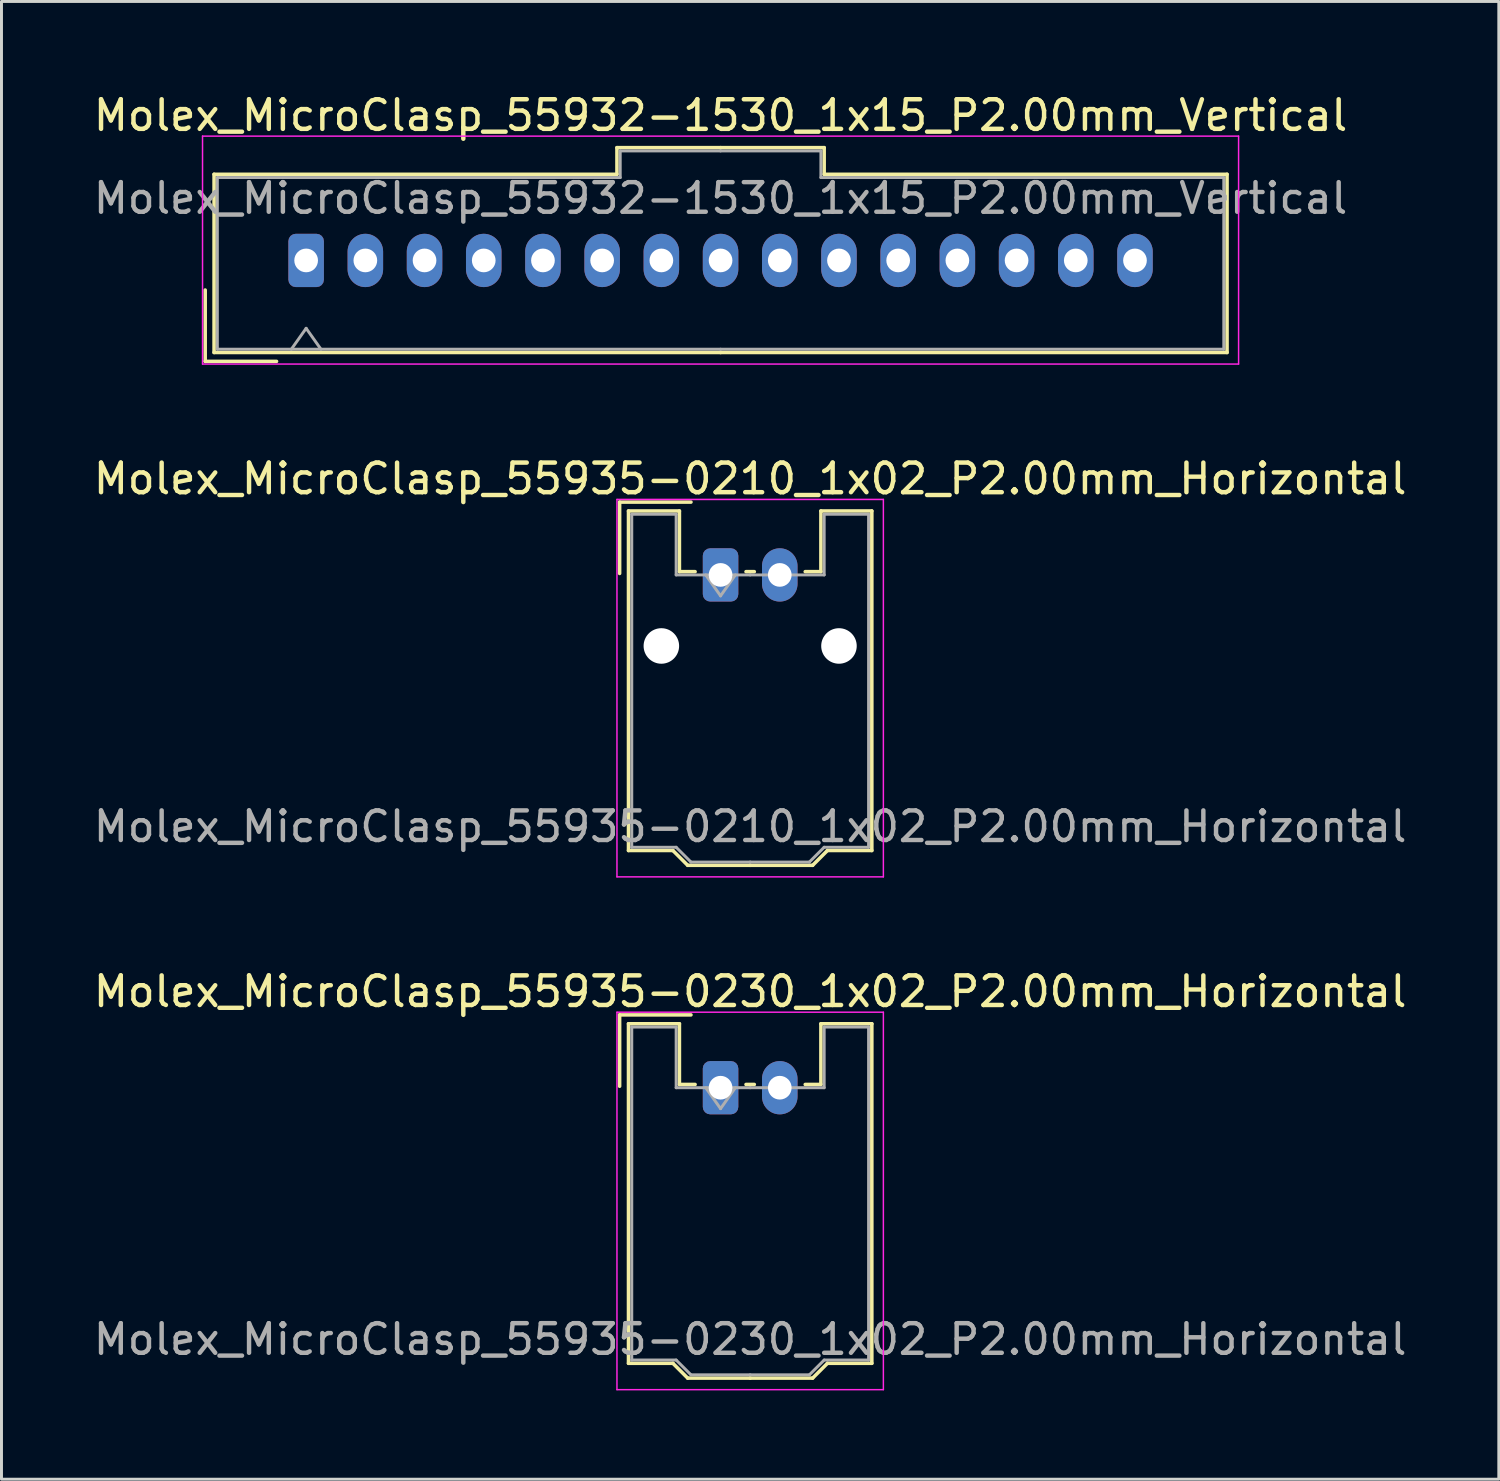
<source format=kicad_pcb>
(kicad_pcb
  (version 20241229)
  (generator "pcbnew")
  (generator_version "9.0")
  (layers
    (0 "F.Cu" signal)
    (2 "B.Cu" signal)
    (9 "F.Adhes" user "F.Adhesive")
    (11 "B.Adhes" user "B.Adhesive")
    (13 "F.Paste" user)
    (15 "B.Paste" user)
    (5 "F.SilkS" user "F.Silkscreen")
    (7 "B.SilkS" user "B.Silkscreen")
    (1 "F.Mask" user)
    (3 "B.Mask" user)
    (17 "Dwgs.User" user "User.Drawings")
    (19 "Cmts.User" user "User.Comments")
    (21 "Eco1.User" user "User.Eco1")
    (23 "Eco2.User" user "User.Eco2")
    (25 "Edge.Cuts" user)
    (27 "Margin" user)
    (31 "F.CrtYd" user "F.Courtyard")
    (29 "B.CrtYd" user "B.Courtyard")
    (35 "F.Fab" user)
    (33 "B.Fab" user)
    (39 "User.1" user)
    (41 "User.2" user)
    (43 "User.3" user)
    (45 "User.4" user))
  (footprint "Molex_MicroClasp_55935-0210_1x02_P2.00mm_Horizontal"
    (layer "F.Cu")
    (at 21.292 16.372)
    (property "Reference" "Molex_MicroClasp_55935-0210_1x02_P2.00mm_Horizontal" (at 1 -3.25 0) (layer "F.SilkS") (effects (font (size 1 1) (thickness 0.15))))
    (attr through_hole)
    (fp_line (start -3.41 -2.46) (end -1 -2.46) (stroke (width 0.12) (type solid)) (layer "F.SilkS"))
    (fp_line (start -3.41 -0.05) (end -3.41 -2.46) (stroke (width 0.12) (type solid)) (layer "F.SilkS"))
    (fp_line (start -3.11 -2.16) (end -1.39 -2.16) (stroke (width 0.12) (type solid)) (layer "F.SilkS"))
    (fp_line (start -3.11 9.31) (end -3.11 -2.16) (stroke (width 0.12) (type solid)) (layer "F.SilkS"))
    (fp_line (start -1.61 9.31) (end -3.11 9.31) (stroke (width 0.12) (type solid)) (layer "F.SilkS"))
    (fp_line (start -1.39 -2.16) (end -1.39 -0.11) (stroke (width 0.12) (type solid)) (layer "F.SilkS"))
    (fp_line (start -1.39 -0.11) (end -0.86 -0.11) (stroke (width 0.12) (type solid)) (layer "F.SilkS"))
    (fp_line (start -1.11 9.81) (end -1.61 9.31) (stroke (width 0.12) (type solid)) (layer "F.SilkS"))
    (fp_line (start 0.86 -0.11) (end 1.14 -0.11) (stroke (width 0.12) (type solid)) (layer "F.SilkS"))
    (fp_line (start 1 9.81) (end -1.11 9.81) (stroke (width 0.12) (type solid)) (layer "F.SilkS"))
    (fp_line (start 1 9.81) (end 3.11 9.81) (stroke (width 0.12) (type solid)) (layer "F.SilkS"))
    (fp_line (start 3.11 9.81) (end 3.61 9.31) (stroke (width 0.12) (type solid)) (layer "F.SilkS"))
    (fp_line (start 3.39 -2.16) (end 3.39 -0.11) (stroke (width 0.12) (type solid)) (layer "F.SilkS"))
    (fp_line (start 3.39 -0.11) (end 2.86 -0.11) (stroke (width 0.12) (type solid)) (layer "F.SilkS"))
    (fp_line (start 3.61 9.31) (end 5.11 9.31) (stroke (width 0.12) (type solid)) (layer "F.SilkS"))
    (fp_line (start 5.11 -2.16) (end 3.39 -2.16) (stroke (width 0.12) (type solid)) (layer "F.SilkS"))
    (fp_line (start 5.11 9.31) (end 5.11 -2.16) (stroke (width 0.12) (type solid)) (layer "F.SilkS"))
    (fp_line (start -3.5 -2.55) (end -3.5 10.2) (stroke (width 0.05) (type solid)) (layer "F.CrtYd"))
    (fp_line (start -3.5 10.2) (end 5.5 10.2) (stroke (width 0.05) (type solid)) (layer "F.CrtYd"))
    (fp_line (start 5.5 -2.55) (end -3.5 -2.55) (stroke (width 0.05) (type solid)) (layer "F.CrtYd"))
    (fp_line (start 5.5 10.2) (end 5.5 -2.55) (stroke (width 0.05) (type solid)) (layer "F.CrtYd"))
    (fp_line (start -3 -2.05) (end -1.5 -2.05) (stroke (width 0.1) (type solid)) (layer "F.Fab"))
    (fp_line (start -3 9.2) (end -3 -2.05) (stroke (width 0.1) (type solid)) (layer "F.Fab"))
    (fp_line (start -1.5 -2.05) (end -1.5 0) (stroke (width 0.1) (type solid)) (layer "F.Fab"))
    (fp_line (start -1.5 0) (end 1 0) (stroke (width 0.1) (type solid)) (layer "F.Fab"))
    (fp_line (start -1.5 9.2) (end -3 9.2) (stroke (width 0.1) (type solid)) (layer "F.Fab"))
    (fp_line (start -1 9.7) (end -1.5 9.2) (stroke (width 0.1) (type solid)) (layer "F.Fab"))
    (fp_line (start -0.5 0) (end 0 0.707) (stroke (width 0.1) (type solid)) (layer "F.Fab"))
    (fp_line (start 0 0.707) (end 0.5 0) (stroke (width 0.1) (type solid)) (layer "F.Fab"))
    (fp_line (start 1 9.7) (end -1 9.7) (stroke (width 0.1) (type solid)) (layer "F.Fab"))
    (fp_line (start 1 9.7) (end 3 9.7) (stroke (width 0.1) (type solid)) (layer "F.Fab"))
    (fp_line (start 3 9.7) (end 3.5 9.2) (stroke (width 0.1) (type solid)) (layer "F.Fab"))
    (fp_line (start 3.5 -2.05) (end 3.5 0) (stroke (width 0.1) (type solid)) (layer "F.Fab"))
    (fp_line (start 3.5 0) (end 1 0) (stroke (width 0.1) (type solid)) (layer "F.Fab"))
    (fp_line (start 3.5 9.2) (end 5 9.2) (stroke (width 0.1) (type solid)) (layer "F.Fab"))
    (fp_line (start 5 -2.05) (end 3.5 -2.05) (stroke (width 0.1) (type solid)) (layer "F.Fab"))
    (fp_line (start 5 9.2) (end 5 -2.05) (stroke (width 0.1) (type solid)) (layer "F.Fab"))
    (fp_text user "${REFERENCE}" (at 1 8.5 0) (layer "F.Fab") (effects (font (size 1 1) (thickness 0.15))))
    (pad "" np_thru_hole circle (at -2 2.4) (size 1.2 1.2) (drill 1.2) (layers "*.Cu" "*.Mask"))
    (pad "" np_thru_hole circle (at 4 2.4) (size 1.2 1.2) (drill 1.2) (layers "*.Cu" "*.Mask"))
    (pad "1" thru_hole roundrect (at 0 0) (size 1.2 1.8) (drill 0.8) (layers "*.Cu" "*.Mask") (roundrect_rratio 0.208))
    (pad "2" thru_hole oval (at 2 0) (size 1.2 1.8) (drill 0.8) (layers "*.Cu" "*.Mask")))
  (footprint "Molex_MicroClasp_55932-1530_1x15_P2.00mm_Vertical"
    (layer "F.Cu")
    (at 7.292 5.748)
    (property "Reference" "Molex_MicroClasp_55932-1530_1x15_P2.00mm_Vertical" (at 14 -4.9 0) (layer "F.SilkS") (effects (font (size 1 1) (thickness 0.15))))
    (attr through_hole)
    (fp_line (start -3.41 1) (end -3.41 3.41) (stroke (width 0.12) (type solid)) (layer "F.SilkS"))
    (fp_line (start -3.41 3.41) (end -1 3.41) (stroke (width 0.12) (type solid)) (layer "F.SilkS"))
    (fp_line (start -3.11 -2.91) (end -3.11 3.11) (stroke (width 0.12) (type solid)) (layer "F.SilkS"))
    (fp_line (start -3.11 3.11) (end 14 3.11) (stroke (width 0.12) (type solid)) (layer "F.SilkS"))
    (fp_line (start 10.5 -3.81) (end 10.5 -2.91) (stroke (width 0.12) (type solid)) (layer "F.SilkS"))
    (fp_line (start 10.5 -2.91) (end -3.11 -2.91) (stroke (width 0.12) (type solid)) (layer "F.SilkS"))
    (fp_line (start 14 -3.81) (end 10.5 -3.81) (stroke (width 0.12) (type solid)) (layer "F.SilkS"))
    (fp_line (start 14 -3.81) (end 17.5 -3.81) (stroke (width 0.12) (type solid)) (layer "F.SilkS"))
    (fp_line (start 17.5 -3.81) (end 17.5 -2.91) (stroke (width 0.12) (type solid)) (layer "F.SilkS"))
    (fp_line (start 17.5 -2.91) (end 31.11 -2.91) (stroke (width 0.12) (type solid)) (layer "F.SilkS"))
    (fp_line (start 31.11 -2.91) (end 31.11 3.11) (stroke (width 0.12) (type solid)) (layer "F.SilkS"))
    (fp_line (start 31.11 3.11) (end 14 3.11) (stroke (width 0.12) (type solid)) (layer "F.SilkS"))
    (fp_line (start -3.5 -4.2) (end -3.5 3.5) (stroke (width 0.05) (type solid)) (layer "F.CrtYd"))
    (fp_line (start -3.5 3.5) (end 31.5 3.5) (stroke (width 0.05) (type solid)) (layer "F.CrtYd"))
    (fp_line (start 31.5 -4.2) (end -3.5 -4.2) (stroke (width 0.05) (type solid)) (layer "F.CrtYd"))
    (fp_line (start 31.5 3.5) (end 31.5 -4.2) (stroke (width 0.05) (type solid)) (layer "F.CrtYd"))
    (fp_line (start -3 -2.8) (end -3 3) (stroke (width 0.1) (type solid)) (layer "F.Fab"))
    (fp_line (start -3 3) (end 14 3) (stroke (width 0.1) (type solid)) (layer "F.Fab"))
    (fp_line (start -0.5 3) (end 0 2.293) (stroke (width 0.1) (type solid)) (layer "F.Fab"))
    (fp_line (start 0 2.293) (end 0.5 3) (stroke (width 0.1) (type solid)) (layer "F.Fab"))
    (fp_line (start 10.61 -3.7) (end 10.61 -2.8) (stroke (width 0.1) (type solid)) (layer "F.Fab"))
    (fp_line (start 10.61 -2.8) (end -3 -2.8) (stroke (width 0.1) (type solid)) (layer "F.Fab"))
    (fp_line (start 14 -3.7) (end 10.61 -3.7) (stroke (width 0.1) (type solid)) (layer "F.Fab"))
    (fp_line (start 14 -3.7) (end 17.39 -3.7) (stroke (width 0.1) (type solid)) (layer "F.Fab"))
    (fp_line (start 17.39 -3.7) (end 17.39 -2.8) (stroke (width 0.1) (type solid)) (layer "F.Fab"))
    (fp_line (start 17.39 -2.8) (end 31 -2.8) (stroke (width 0.1) (type solid)) (layer "F.Fab"))
    (fp_line (start 31 -2.8) (end 31 3) (stroke (width 0.1) (type solid)) (layer "F.Fab"))
    (fp_line (start 31 3) (end 14 3) (stroke (width 0.1) (type solid)) (layer "F.Fab"))
    (fp_text user "${REFERENCE}" (at 14 -2.1 0) (layer "F.Fab") (effects (font (size 1 1) (thickness 0.15))))
    (pad "1" thru_hole roundrect (at 0 0) (size 1.2 1.8) (drill 0.8) (layers "*.Cu" "*.Mask") (roundrect_rratio 0.208))
    (pad "2" thru_hole oval (at 2 0) (size 1.2 1.8) (drill 0.8) (layers "*.Cu" "*.Mask"))
    (pad "3" thru_hole oval (at 4 0) (size 1.2 1.8) (drill 0.8) (layers "*.Cu" "*.Mask"))
    (pad "4" thru_hole oval (at 6 0) (size 1.2 1.8) (drill 0.8) (layers "*.Cu" "*.Mask"))
    (pad "5" thru_hole oval (at 8 0) (size 1.2 1.8) (drill 0.8) (layers "*.Cu" "*.Mask"))
    (pad "6" thru_hole oval (at 10 0) (size 1.2 1.8) (drill 0.8) (layers "*.Cu" "*.Mask"))
    (pad "7" thru_hole oval (at 12 0) (size 1.2 1.8) (drill 0.8) (layers "*.Cu" "*.Mask"))
    (pad "8" thru_hole oval (at 14 0) (size 1.2 1.8) (drill 0.8) (layers "*.Cu" "*.Mask"))
    (pad "9" thru_hole oval (at 16 0) (size 1.2 1.8) (drill 0.8) (layers "*.Cu" "*.Mask"))
    (pad "10" thru_hole oval (at 18 0) (size 1.2 1.8) (drill 0.8) (layers "*.Cu" "*.Mask"))
    (pad "11" thru_hole oval (at 20 0) (size 1.2 1.8) (drill 0.8) (layers "*.Cu" "*.Mask"))
    (pad "12" thru_hole oval (at 22 0) (size 1.2 1.8) (drill 0.8) (layers "*.Cu" "*.Mask"))
    (pad "13" thru_hole oval (at 24 0) (size 1.2 1.8) (drill 0.8) (layers "*.Cu" "*.Mask"))
    (pad "14" thru_hole oval (at 26 0) (size 1.2 1.8) (drill 0.8) (layers "*.Cu" "*.Mask"))
    (pad "15" thru_hole oval (at 28 0) (size 1.2 1.8) (drill 0.8) (layers "*.Cu" "*.Mask")))
  (footprint "Molex_MicroClasp_55935-0230_1x02_P2.00mm_Horizontal"
    (layer "F.Cu")
    (at 21.292 33.695)
    (property "Reference" "Molex_MicroClasp_55935-0230_1x02_P2.00mm_Horizontal" (at 1 -3.25 0) (layer "F.SilkS") (effects (font (size 1 1) (thickness 0.15))))
    (attr through_hole)
    (fp_line (start -3.41 -2.46) (end -1 -2.46) (stroke (width 0.12) (type solid)) (layer "F.SilkS"))
    (fp_line (start -3.41 -0.05) (end -3.41 -2.46) (stroke (width 0.12) (type solid)) (layer "F.SilkS"))
    (fp_line (start -3.11 -2.16) (end -1.39 -2.16) (stroke (width 0.12) (type solid)) (layer "F.SilkS"))
    (fp_line (start -3.11 9.31) (end -3.11 -2.16) (stroke (width 0.12) (type solid)) (layer "F.SilkS"))
    (fp_line (start -1.61 9.31) (end -3.11 9.31) (stroke (width 0.12) (type solid)) (layer "F.SilkS"))
    (fp_line (start -1.39 -2.16) (end -1.39 -0.11) (stroke (width 0.12) (type solid)) (layer "F.SilkS"))
    (fp_line (start -1.39 -0.11) (end -0.86 -0.11) (stroke (width 0.12) (type solid)) (layer "F.SilkS"))
    (fp_line (start -1.11 9.81) (end -1.61 9.31) (stroke (width 0.12) (type solid)) (layer "F.SilkS"))
    (fp_line (start 0.86 -0.11) (end 1.14 -0.11) (stroke (width 0.12) (type solid)) (layer "F.SilkS"))
    (fp_line (start 1 9.81) (end -1.11 9.81) (stroke (width 0.12) (type solid)) (layer "F.SilkS"))
    (fp_line (start 1 9.81) (end 3.11 9.81) (stroke (width 0.12) (type solid)) (layer "F.SilkS"))
    (fp_line (start 3.11 9.81) (end 3.61 9.31) (stroke (width 0.12) (type solid)) (layer "F.SilkS"))
    (fp_line (start 3.39 -2.16) (end 3.39 -0.11) (stroke (width 0.12) (type solid)) (layer "F.SilkS"))
    (fp_line (start 3.39 -0.11) (end 2.86 -0.11) (stroke (width 0.12) (type solid)) (layer "F.SilkS"))
    (fp_line (start 3.61 9.31) (end 5.11 9.31) (stroke (width 0.12) (type solid)) (layer "F.SilkS"))
    (fp_line (start 5.11 -2.16) (end 3.39 -2.16) (stroke (width 0.12) (type solid)) (layer "F.SilkS"))
    (fp_line (start 5.11 9.31) (end 5.11 -2.16) (stroke (width 0.12) (type solid)) (layer "F.SilkS"))
    (fp_line (start -3.5 -2.55) (end -3.5 10.2) (stroke (width 0.05) (type solid)) (layer "F.CrtYd"))
    (fp_line (start -3.5 10.2) (end 5.5 10.2) (stroke (width 0.05) (type solid)) (layer "F.CrtYd"))
    (fp_line (start 5.5 -2.55) (end -3.5 -2.55) (stroke (width 0.05) (type solid)) (layer "F.CrtYd"))
    (fp_line (start 5.5 10.2) (end 5.5 -2.55) (stroke (width 0.05) (type solid)) (layer "F.CrtYd"))
    (fp_line (start -3 -2.05) (end -1.5 -2.05) (stroke (width 0.1) (type solid)) (layer "F.Fab"))
    (fp_line (start -3 9.2) (end -3 -2.05) (stroke (width 0.1) (type solid)) (layer "F.Fab"))
    (fp_line (start -1.5 -2.05) (end -1.5 0) (stroke (width 0.1) (type solid)) (layer "F.Fab"))
    (fp_line (start -1.5 0) (end 1 0) (stroke (width 0.1) (type solid)) (layer "F.Fab"))
    (fp_line (start -1.5 9.2) (end -3 9.2) (stroke (width 0.1) (type solid)) (layer "F.Fab"))
    (fp_line (start -1 9.7) (end -1.5 9.2) (stroke (width 0.1) (type solid)) (layer "F.Fab"))
    (fp_line (start -0.5 0) (end 0 0.707) (stroke (width 0.1) (type solid)) (layer "F.Fab"))
    (fp_line (start 0 0.707) (end 0.5 0) (stroke (width 0.1) (type solid)) (layer "F.Fab"))
    (fp_line (start 1 9.7) (end -1 9.7) (stroke (width 0.1) (type solid)) (layer "F.Fab"))
    (fp_line (start 1 9.7) (end 3 9.7) (stroke (width 0.1) (type solid)) (layer "F.Fab"))
    (fp_line (start 3 9.7) (end 3.5 9.2) (stroke (width 0.1) (type solid)) (layer "F.Fab"))
    (fp_line (start 3.5 -2.05) (end 3.5 0) (stroke (width 0.1) (type solid)) (layer "F.Fab"))
    (fp_line (start 3.5 0) (end 1 0) (stroke (width 0.1) (type solid)) (layer "F.Fab"))
    (fp_line (start 3.5 9.2) (end 5 9.2) (stroke (width 0.1) (type solid)) (layer "F.Fab"))
    (fp_line (start 5 -2.05) (end 3.5 -2.05) (stroke (width 0.1) (type solid)) (layer "F.Fab"))
    (fp_line (start 5 9.2) (end 5 -2.05) (stroke (width 0.1) (type solid)) (layer "F.Fab"))
    (fp_text user "${REFERENCE}" (at 1 8.5 0) (layer "F.Fab") (effects (font (size 1 1) (thickness 0.15))))
    (pad "1" thru_hole roundrect (at 0 0) (size 1.2 1.8) (drill 0.8) (layers "*.Cu" "*.Mask") (roundrect_rratio 0.208))
    (pad "2" thru_hole oval (at 2 0) (size 1.2 1.8) (drill 0.8) (layers "*.Cu" "*.Mask")))
  (gr_rect
    (start -3 -3)
    (end 47.583 46.92)
    (stroke (width 0.1) (type default))
    (fill no)
    (layer "Edge.Cuts")))
</source>
